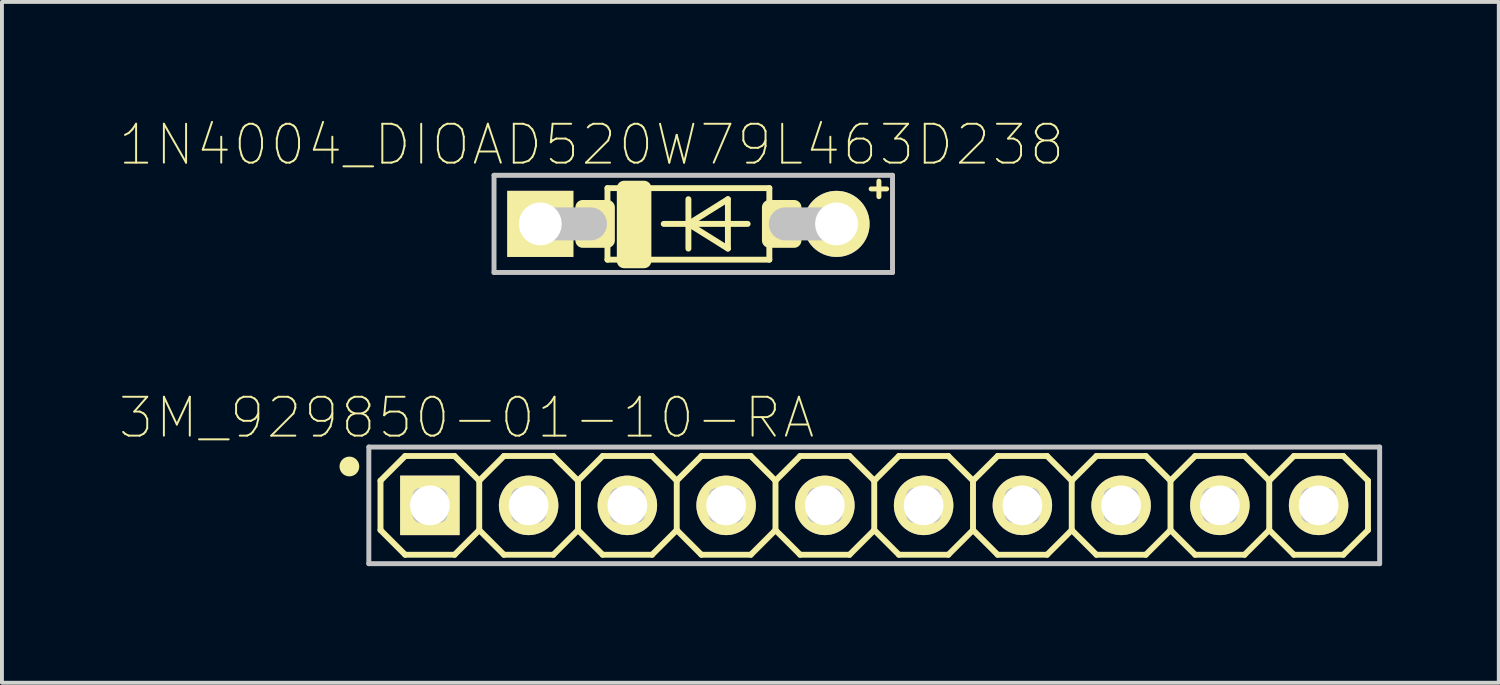
<source format=kicad_pcb>
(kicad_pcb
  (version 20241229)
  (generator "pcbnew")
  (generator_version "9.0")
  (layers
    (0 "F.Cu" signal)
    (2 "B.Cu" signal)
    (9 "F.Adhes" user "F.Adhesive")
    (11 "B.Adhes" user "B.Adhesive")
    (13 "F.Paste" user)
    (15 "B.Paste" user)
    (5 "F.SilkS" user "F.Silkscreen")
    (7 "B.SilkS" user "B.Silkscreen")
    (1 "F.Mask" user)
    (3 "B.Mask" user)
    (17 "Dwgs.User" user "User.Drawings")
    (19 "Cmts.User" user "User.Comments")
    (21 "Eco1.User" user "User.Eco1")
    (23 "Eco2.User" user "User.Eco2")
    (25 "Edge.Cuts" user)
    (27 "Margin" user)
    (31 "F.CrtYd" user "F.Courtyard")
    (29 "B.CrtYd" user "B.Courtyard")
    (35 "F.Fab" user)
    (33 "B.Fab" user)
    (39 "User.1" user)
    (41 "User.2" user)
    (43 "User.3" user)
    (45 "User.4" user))
  (footprint "3M_929850-01-10-RA"
    (layer "F.Cu")
    (at 19.437 9.949)
    (property "Reference" "3M_929850-01-10-RA" (at -10.486 -2.254 0) (layer "F.SilkS") (effects (font (size 1 1) (thickness 0.05))))
    (attr through_hole)
    (fp_line (start -12.7 -0.635) (end -12.7 0.635) (stroke (width 0.152) (type solid)) (layer "F.SilkS"))
    (fp_line (start -12.7 0.635) (end -12.065 1.27) (stroke (width 0.152) (type solid)) (layer "F.SilkS"))
    (fp_line (start -12.065 -1.27) (end -12.7 -0.635) (stroke (width 0.152) (type solid)) (layer "F.SilkS"))
    (fp_line (start -12.065 -1.27) (end -10.795 -1.27) (stroke (width 0.152) (type solid)) (layer "F.SilkS"))
    (fp_line (start -10.795 -1.27) (end -10.16 -0.635) (stroke (width 0.152) (type solid)) (layer "F.SilkS"))
    (fp_line (start -10.795 1.27) (end -12.065 1.27) (stroke (width 0.152) (type solid)) (layer "F.SilkS"))
    (fp_line (start -10.16 -0.635) (end -10.16 0.635) (stroke (width 0.152) (type solid)) (layer "F.SilkS"))
    (fp_line (start -10.16 -0.635) (end -9.525 -1.27) (stroke (width 0.152) (type solid)) (layer "F.SilkS"))
    (fp_line (start -10.16 0.635) (end -10.795 1.27) (stroke (width 0.152) (type solid)) (layer "F.SilkS"))
    (fp_line (start -9.525 -1.27) (end -8.255 -1.27) (stroke (width 0.152) (type solid)) (layer "F.SilkS"))
    (fp_line (start -9.525 1.27) (end -10.16 0.635) (stroke (width 0.152) (type solid)) (layer "F.SilkS"))
    (fp_line (start -8.255 -1.27) (end -7.62 -0.635) (stroke (width 0.152) (type solid)) (layer "F.SilkS"))
    (fp_line (start -8.255 1.27) (end -9.525 1.27) (stroke (width 0.152) (type solid)) (layer "F.SilkS"))
    (fp_line (start -7.62 -0.635) (end -7.62 0.635) (stroke (width 0.152) (type solid)) (layer "F.SilkS"))
    (fp_line (start -7.62 -0.635) (end -6.985 -1.27) (stroke (width 0.152) (type solid)) (layer "F.SilkS"))
    (fp_line (start -7.62 0.635) (end -8.255 1.27) (stroke (width 0.152) (type solid)) (layer "F.SilkS"))
    (fp_line (start -6.985 -1.27) (end -5.715 -1.27) (stroke (width 0.152) (type solid)) (layer "F.SilkS"))
    (fp_line (start -6.985 1.27) (end -7.62 0.635) (stroke (width 0.152) (type solid)) (layer "F.SilkS"))
    (fp_line (start -5.715 -1.27) (end -5.08 -0.635) (stroke (width 0.152) (type solid)) (layer "F.SilkS"))
    (fp_line (start -5.715 1.27) (end -6.985 1.27) (stroke (width 0.152) (type solid)) (layer "F.SilkS"))
    (fp_line (start -5.08 -0.635) (end -5.08 0.635) (stroke (width 0.152) (type solid)) (layer "F.SilkS"))
    (fp_line (start -5.08 0.635) (end -5.715 1.27) (stroke (width 0.152) (type solid)) (layer "F.SilkS"))
    (fp_line (start -5.08 0.635) (end -4.445 1.27) (stroke (width 0.152) (type solid)) (layer "F.SilkS"))
    (fp_line (start -4.445 -1.27) (end -5.08 -0.635) (stroke (width 0.152) (type solid)) (layer "F.SilkS"))
    (fp_line (start -4.445 -1.27) (end -3.175 -1.27) (stroke (width 0.152) (type solid)) (layer "F.SilkS"))
    (fp_line (start -3.175 -1.27) (end -2.54 -0.635) (stroke (width 0.152) (type solid)) (layer "F.SilkS"))
    (fp_line (start -3.175 1.27) (end -4.445 1.27) (stroke (width 0.152) (type solid)) (layer "F.SilkS"))
    (fp_line (start -2.54 -0.635) (end -2.54 0.635) (stroke (width 0.152) (type solid)) (layer "F.SilkS"))
    (fp_line (start -2.54 -0.635) (end -1.905 -1.27) (stroke (width 0.152) (type solid)) (layer "F.SilkS"))
    (fp_line (start -2.54 0.635) (end -3.175 1.27) (stroke (width 0.152) (type solid)) (layer "F.SilkS"))
    (fp_line (start -1.905 -1.27) (end -0.635 -1.27) (stroke (width 0.152) (type solid)) (layer "F.SilkS"))
    (fp_line (start -1.905 1.27) (end -2.54 0.635) (stroke (width 0.152) (type solid)) (layer "F.SilkS"))
    (fp_line (start -0.635 -1.27) (end 0 -0.635) (stroke (width 0.152) (type solid)) (layer "F.SilkS"))
    (fp_line (start -0.635 1.27) (end -1.905 1.27) (stroke (width 0.152) (type solid)) (layer "F.SilkS"))
    (fp_line (start 0 -0.635) (end 0 0.635) (stroke (width 0.152) (type solid)) (layer "F.SilkS"))
    (fp_line (start 0 -0.635) (end 0.635 -1.27) (stroke (width 0.152) (type solid)) (layer "F.SilkS"))
    (fp_line (start 0 0.635) (end -0.635 1.27) (stroke (width 0.152) (type solid)) (layer "F.SilkS"))
    (fp_line (start 0.635 -1.27) (end 1.905 -1.27) (stroke (width 0.152) (type solid)) (layer "F.SilkS"))
    (fp_line (start 0.635 1.27) (end 0 0.635) (stroke (width 0.152) (type solid)) (layer "F.SilkS"))
    (fp_line (start 1.905 -1.27) (end 2.54 -0.635) (stroke (width 0.152) (type solid)) (layer "F.SilkS"))
    (fp_line (start 1.905 1.27) (end 0.635 1.27) (stroke (width 0.152) (type solid)) (layer "F.SilkS"))
    (fp_line (start 2.54 -0.635) (end 2.54 0.635) (stroke (width 0.152) (type solid)) (layer "F.SilkS"))
    (fp_line (start 2.54 0.635) (end 1.905 1.27) (stroke (width 0.152) (type solid)) (layer "F.SilkS"))
    (fp_line (start 2.54 0.635) (end 3.175 1.27) (stroke (width 0.152) (type solid)) (layer "F.SilkS"))
    (fp_line (start 3.175 -1.27) (end 2.54 -0.635) (stroke (width 0.152) (type solid)) (layer "F.SilkS"))
    (fp_line (start 3.175 -1.27) (end 4.445 -1.27) (stroke (width 0.152) (type solid)) (layer "F.SilkS"))
    (fp_line (start 4.445 -1.27) (end 5.08 -0.635) (stroke (width 0.152) (type solid)) (layer "F.SilkS"))
    (fp_line (start 4.445 1.27) (end 3.175 1.27) (stroke (width 0.152) (type solid)) (layer "F.SilkS"))
    (fp_line (start 5.08 -0.635) (end 5.08 0.635) (stroke (width 0.152) (type solid)) (layer "F.SilkS"))
    (fp_line (start 5.08 -0.635) (end 5.715 -1.27) (stroke (width 0.152) (type solid)) (layer "F.SilkS"))
    (fp_line (start 5.08 0.635) (end 4.445 1.27) (stroke (width 0.152) (type solid)) (layer "F.SilkS"))
    (fp_line (start 5.715 -1.27) (end 6.985 -1.27) (stroke (width 0.152) (type solid)) (layer "F.SilkS"))
    (fp_line (start 5.715 1.27) (end 5.08 0.635) (stroke (width 0.152) (type solid)) (layer "F.SilkS"))
    (fp_line (start 6.985 -1.27) (end 7.62 -0.635) (stroke (width 0.152) (type solid)) (layer "F.SilkS"))
    (fp_line (start 6.985 1.27) (end 5.715 1.27) (stroke (width 0.152) (type solid)) (layer "F.SilkS"))
    (fp_line (start 7.62 -0.635) (end 7.62 0.635) (stroke (width 0.152) (type solid)) (layer "F.SilkS"))
    (fp_line (start 7.62 -0.635) (end 8.255 -1.27) (stroke (width 0.152) (type solid)) (layer "F.SilkS"))
    (fp_line (start 7.62 0.635) (end 6.985 1.27) (stroke (width 0.152) (type solid)) (layer "F.SilkS"))
    (fp_line (start 8.255 -1.27) (end 9.525 -1.27) (stroke (width 0.152) (type solid)) (layer "F.SilkS"))
    (fp_line (start 8.255 1.27) (end 7.62 0.635) (stroke (width 0.152) (type solid)) (layer "F.SilkS"))
    (fp_line (start 9.525 -1.27) (end 10.16 -0.635) (stroke (width 0.152) (type solid)) (layer "F.SilkS"))
    (fp_line (start 9.525 1.27) (end 8.255 1.27) (stroke (width 0.152) (type solid)) (layer "F.SilkS"))
    (fp_line (start 10.16 -0.635) (end 10.16 0.635) (stroke (width 0.152) (type solid)) (layer "F.SilkS"))
    (fp_line (start 10.16 0.635) (end 9.525 1.27) (stroke (width 0.152) (type solid)) (layer "F.SilkS"))
    (fp_line (start 10.16 0.635) (end 10.795 1.27) (stroke (width 0.152) (type solid)) (layer "F.SilkS"))
    (fp_line (start 10.795 -1.27) (end 10.16 -0.635) (stroke (width 0.152) (type solid)) (layer "F.SilkS"))
    (fp_line (start 10.795 -1.27) (end 12.065 -1.27) (stroke (width 0.152) (type solid)) (layer "F.SilkS"))
    (fp_line (start 12.065 -1.27) (end 12.7 -0.635) (stroke (width 0.152) (type solid)) (layer "F.SilkS"))
    (fp_line (start 12.065 1.27) (end 10.795 1.27) (stroke (width 0.152) (type solid)) (layer "F.SilkS"))
    (fp_line (start 12.7 -0.635) (end 12.7 0.635) (stroke (width 0.152) (type solid)) (layer "F.SilkS"))
    (fp_line (start 12.7 0.635) (end 12.065 1.27) (stroke (width 0.152) (type solid)) (layer "F.SilkS"))
    (fp_circle (center -13.5 -1) (end -13.246 -1) (stroke (width 0) (type solid)) (fill yes) (layer "F.SilkS"))
    (fp_line (start -13 -1.5) (end 13 -1.5) (stroke (width 0.127) (type solid)) (layer "Dwgs.User"))
    (fp_line (start -13 1.5) (end -13 -1.5) (stroke (width 0.127) (type solid)) (layer "Dwgs.User"))
    (fp_line (start 13 -1.5) (end 13 1.5) (stroke (width 0.127) (type solid)) (layer "Dwgs.User"))
    (fp_line (start 13 1.5) (end -13 1.5) (stroke (width 0.127) (type solid)) (layer "Dwgs.User"))
    (fp_poly (pts (xy -11.684 -0.254) (xy -11.176 -0.254) (xy -11.176 0.254) (xy -11.684 0.254)) (stroke (width 0.381) (type solid)) (fill no) (layer "Dwgs.User"))
    (fp_poly (pts (xy -9.144 -0.254) (xy -8.636 -0.254) (xy -8.636 0.254) (xy -9.144 0.254)) (stroke (width 0.381) (type solid)) (fill no) (layer "Dwgs.User"))
    (fp_poly (pts (xy -6.604 -0.254) (xy -6.096 -0.254) (xy -6.096 0.254) (xy -6.604 0.254)) (stroke (width 0.381) (type solid)) (fill no) (layer "Dwgs.User"))
    (fp_poly (pts (xy -4.064 -0.254) (xy -3.556 -0.254) (xy -3.556 0.254) (xy -4.064 0.254)) (stroke (width 0.381) (type solid)) (fill no) (layer "Dwgs.User"))
    (fp_poly (pts (xy -1.524 -0.254) (xy -1.016 -0.254) (xy -1.016 0.254) (xy -1.524 0.254)) (stroke (width 0.381) (type solid)) (fill no) (layer "Dwgs.User"))
    (fp_poly (pts (xy 1.016 -0.254) (xy 1.524 -0.254) (xy 1.524 0.254) (xy 1.016 0.254)) (stroke (width 0.381) (type solid)) (fill no) (layer "Dwgs.User"))
    (fp_poly (pts (xy 3.556 -0.254) (xy 4.064 -0.254) (xy 4.064 0.254) (xy 3.556 0.254)) (stroke (width 0.381) (type solid)) (fill no) (layer "Dwgs.User"))
    (fp_poly (pts (xy 6.096 -0.254) (xy 6.604 -0.254) (xy 6.604 0.254) (xy 6.096 0.254)) (stroke (width 0.381) (type solid)) (fill no) (layer "Dwgs.User"))
    (fp_poly (pts (xy 8.636 -0.254) (xy 9.144 -0.254) (xy 9.144 0.254) (xy 8.636 0.254)) (stroke (width 0.381) (type solid)) (fill no) (layer "Dwgs.User"))
    (fp_poly (pts (xy 11.176 -0.254) (xy 11.684 -0.254) (xy 11.684 0.254) (xy 11.176 0.254)) (stroke (width 0.381) (type solid)) (fill no) (layer "Dwgs.User"))
    (pad "1" thru_hole rect (at -11.43 0 90) (size 1.53 1.53) (drill 1.02) (layers "*.Cu" "*.Mask" "F.SilkS"))
    (pad "2" thru_hole circle (at -8.89 0 90) (size 1.53 1.53) (drill 1.02) (layers "*.Cu" "*.Mask" "F.SilkS"))
    (pad "3" thru_hole circle (at -6.35 0 90) (size 1.53 1.53) (drill 1.02) (layers "*.Cu" "*.Mask" "F.SilkS"))
    (pad "4" thru_hole circle (at -3.81 0 90) (size 1.53 1.53) (drill 1.02) (layers "*.Cu" "*.Mask" "F.SilkS"))
    (pad "5" thru_hole circle (at -1.27 0 90) (size 1.53 1.53) (drill 1.02) (layers "*.Cu" "*.Mask" "F.SilkS"))
    (pad "6" thru_hole circle (at 1.27 0 90) (size 1.53 1.53) (drill 1.02) (layers "*.Cu" "*.Mask" "F.SilkS"))
    (pad "7" thru_hole circle (at 3.81 0 90) (size 1.53 1.53) (drill 1.02) (layers "*.Cu" "*.Mask" "F.SilkS"))
    (pad "8" thru_hole circle (at 6.35 0 90) (size 1.53 1.53) (drill 1.02) (layers "*.Cu" "*.Mask" "F.SilkS"))
    (pad "9" thru_hole circle (at 8.89 0 90) (size 1.53 1.53) (drill 1.02) (layers "*.Cu" "*.Mask" "F.SilkS"))
    (pad "10" thru_hole circle (at 11.43 0 90) (size 1.53 1.53) (drill 1.02) (layers "*.Cu" "*.Mask" "F.SilkS")))
  (footprint "1N4004_DIOAD520W79L463D238"
    (layer "F.Cu")
    (at 14.657 2.709)
    (property "Reference" "1N4004_DIOAD520W79L463D238" (at -2.492 -2.036 0) (layer "F.SilkS") (effects (font (size 1 1) (thickness 0.05))))
    (attr through_hole)
    (fp_line (start -2.082 -0.92) (end -2.082 0.92) (stroke (width 0.152) (type solid)) (layer "F.SilkS"))
    (fp_line (start -2.082 -0.92) (end 2.082 -0.92) (stroke (width 0.152) (type solid)) (layer "F.SilkS"))
    (fp_line (start -0.635 0) (end 0 0) (stroke (width 0.152) (type solid)) (layer "F.SilkS"))
    (fp_line (start 0 -0.635) (end 0 0) (stroke (width 0.152) (type solid)) (layer "F.SilkS"))
    (fp_line (start 0 0) (end 0 0.635) (stroke (width 0.152) (type solid)) (layer "F.SilkS"))
    (fp_line (start 0 0) (end 1.016 -0.635) (stroke (width 0.152) (type solid)) (layer "F.SilkS"))
    (fp_line (start 0 0) (end 1.524 0) (stroke (width 0.152) (type solid)) (layer "F.SilkS"))
    (fp_line (start 1.016 -0.635) (end 1.016 0.635) (stroke (width 0.152) (type solid)) (layer "F.SilkS"))
    (fp_line (start 1.016 0.635) (end 0 0) (stroke (width 0.152) (type solid)) (layer "F.SilkS"))
    (fp_line (start 2.082 0.92) (end -2.082 0.92) (stroke (width 0.152) (type solid)) (layer "F.SilkS"))
    (fp_line (start 2.082 0.92) (end 2.082 -0.92) (stroke (width 0.152) (type solid)) (layer "F.SilkS"))
    (fp_line (start 4.7 -0.9) (end 5.1 -0.9) (stroke (width 0.127) (type solid)) (layer "F.SilkS"))
    (fp_line (start 4.9 -1.1) (end 4.9 -0.7) (stroke (width 0.127) (type solid)) (layer "F.SilkS"))
    (fp_poly (pts (xy -2.717 -0.425) (xy -2.082 -0.425) (xy -2.082 0.425) (xy -2.717 0.425)) (stroke (width 0.381) (type solid)) (fill yes) (layer "F.SilkS"))
    (fp_poly (pts (xy -1.651 -0.92) (xy -1.143 -0.92) (xy -1.143 0.95) (xy -1.651 0.95)) (stroke (width 0.381) (type solid)) (fill yes) (layer "F.SilkS"))
    (fp_poly (pts (xy 2.082 -0.425) (xy 2.717 -0.425) (xy 2.717 0.425) (xy 2.082 0.425)) (stroke (width 0.381) (type solid)) (fill yes) (layer "F.SilkS"))
    (fp_line (start -5 -1.25) (end 5.25 -1.25) (stroke (width 0.127) (type solid)) (layer "Dwgs.User"))
    (fp_line (start -5 1.25) (end -5 -1.25) (stroke (width 0.127) (type solid)) (layer "Dwgs.User"))
    (fp_line (start -3.81 0) (end -2.519 0) (stroke (width 0.85) (type solid)) (layer "Dwgs.User"))
    (fp_line (start 3.81 0) (end 2.494 0) (stroke (width 0.85) (type solid)) (layer "Dwgs.User"))
    (fp_line (start 5.25 -1.25) (end 5.25 1.25) (stroke (width 0.127) (type solid)) (layer "Dwgs.User"))
    (fp_line (start 5.25 1.25) (end -5 1.25) (stroke (width 0.127) (type solid)) (layer "Dwgs.User"))
    (pad "A" thru_hole circle (at 3.81 0) (size 1.7 1.7) (drill 1.1) (layers "*.Cu" "*.Mask" "F.SilkS"))
    (pad "C" thru_hole rect (at -3.81 0) (size 1.7 1.7) (drill 1.1) (layers "*.Cu" "*.Mask" "F.SilkS")))
  (gr_rect
    (start -3 -3)
    (end 35.501 14.512)
    (stroke (width 0.1) (type default))
    (fill no)
    (layer "Edge.Cuts")))
</source>
